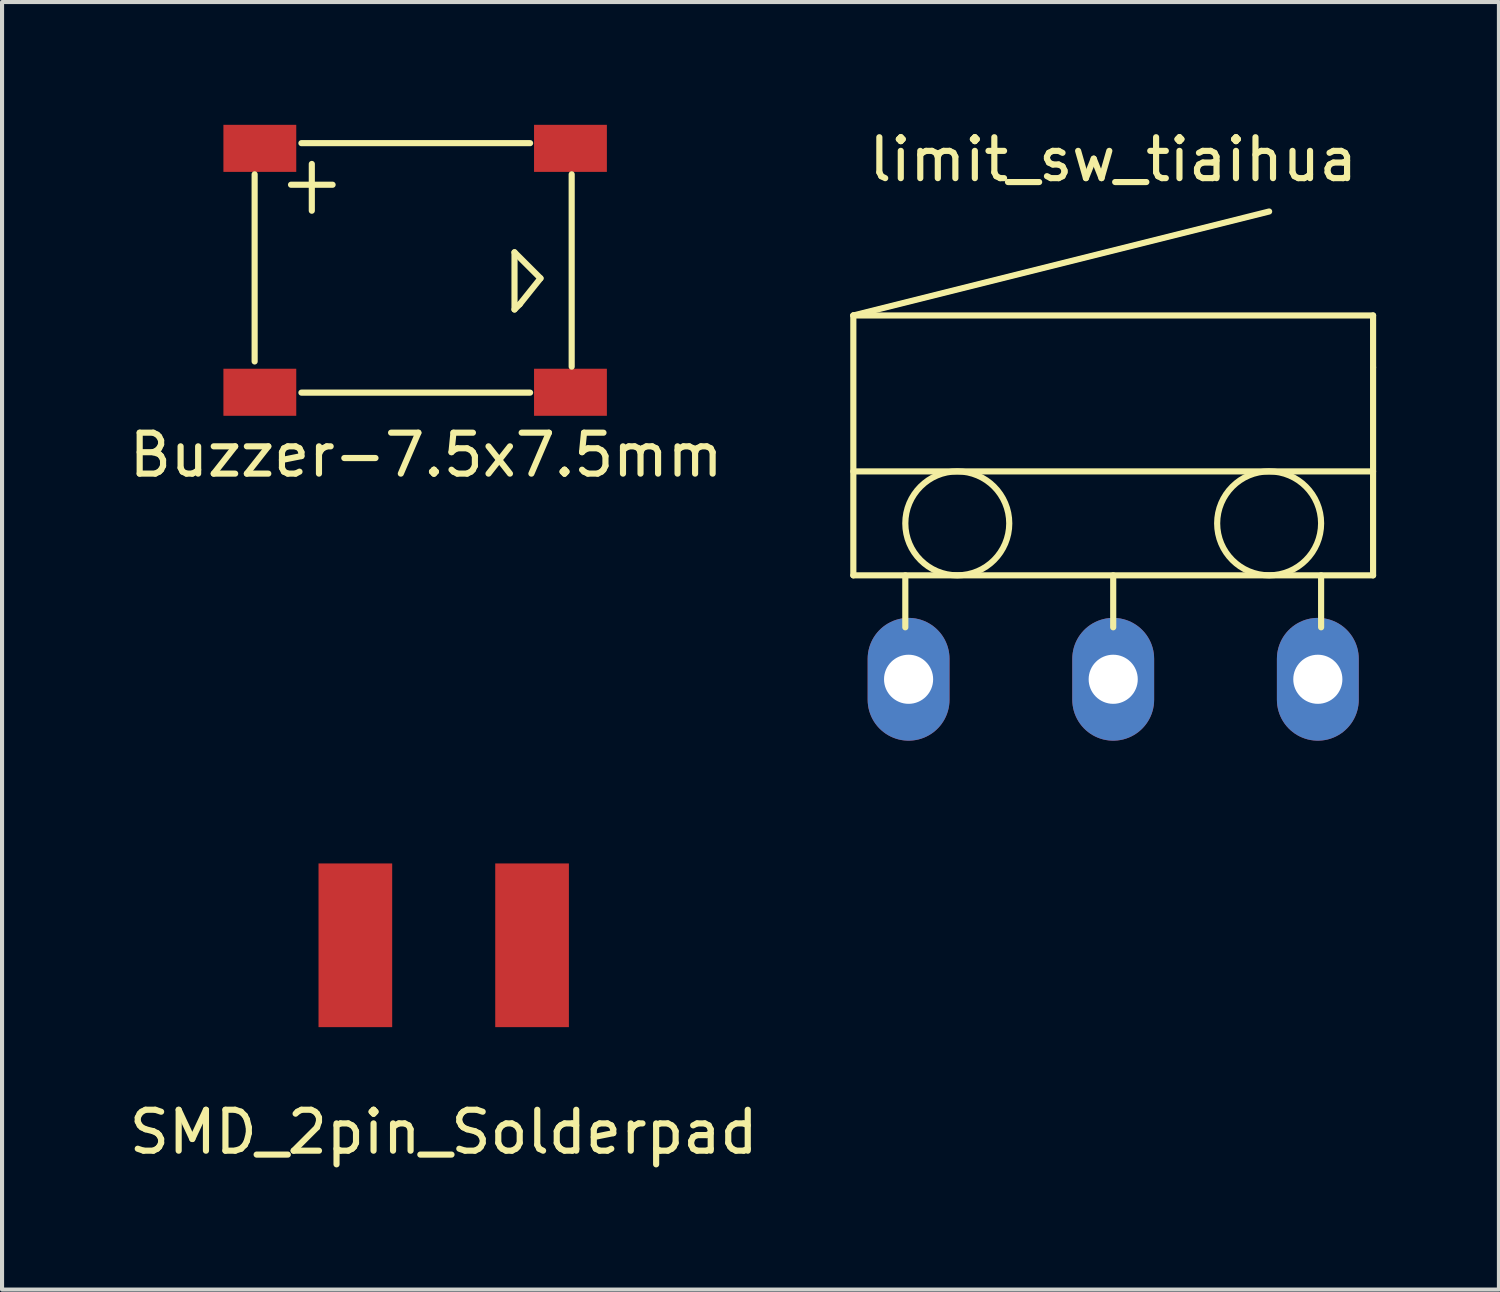
<source format=kicad_pcb>
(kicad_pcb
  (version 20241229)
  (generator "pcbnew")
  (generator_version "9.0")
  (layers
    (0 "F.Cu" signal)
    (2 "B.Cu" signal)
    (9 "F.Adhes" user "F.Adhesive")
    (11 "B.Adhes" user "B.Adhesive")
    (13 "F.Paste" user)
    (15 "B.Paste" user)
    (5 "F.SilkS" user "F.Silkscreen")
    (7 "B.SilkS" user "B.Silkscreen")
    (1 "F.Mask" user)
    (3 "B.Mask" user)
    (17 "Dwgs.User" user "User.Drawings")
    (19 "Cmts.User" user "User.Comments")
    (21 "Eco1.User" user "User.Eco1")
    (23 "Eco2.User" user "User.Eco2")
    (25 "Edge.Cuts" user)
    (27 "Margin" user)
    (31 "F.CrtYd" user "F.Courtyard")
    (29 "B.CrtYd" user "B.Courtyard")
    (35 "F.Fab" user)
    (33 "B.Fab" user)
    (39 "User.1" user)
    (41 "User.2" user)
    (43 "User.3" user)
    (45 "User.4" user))
  (footprint "SMD_2pin_Solderpad"
    (layer "F.Cu")
    (at 7.792 24.112)
    (property "Reference" "SMD_2pin_Solderpad" (at 0 0.5 0) (layer "F.SilkS") (effects (font (size 1 1) (thickness 0.15))))
    (attr through_hole)
    (pad "1" smd rect (at -2.159 -4.064) (size 1.8 4) (layers "F.Cu" "F.Mask" "F.Paste"))
    (pad "2" smd rect (at 2.159 -4.064) (size 1.8 4) (layers "F.Cu" "F.Mask" "F.Paste")))
  (footprint "limit_sw_tiaihua"
    (layer "F.Cu")
    (at 24.151 13.548)
    (property "Reference" "limit_sw_tiaihua" (at 0 -12.7 0) (layer "F.SilkS") (effects (font (size 1 1) (thickness 0.15))))
    (attr through_hole)
    (fp_line (start -6.35 -8.89) (end -6.35 -2.54) (stroke (width 0.15) (type solid)) (layer "F.SilkS"))
    (fp_line (start -6.35 -8.89) (end 3.81 -11.43) (stroke (width 0.15) (type solid)) (layer "F.SilkS"))
    (fp_line (start -6.35 -5.08) (end 6.35 -5.08) (stroke (width 0.15) (type solid)) (layer "F.SilkS"))
    (fp_line (start -6.35 -2.54) (end 6.35 -2.54) (stroke (width 0.15) (type solid)) (layer "F.SilkS"))
    (fp_line (start -5.08 -1.27) (end -5.08 -2.54) (stroke (width 0.15) (type solid)) (layer "F.SilkS"))
    (fp_line (start 0 -2.54) (end 0 -1.27) (stroke (width 0.15) (type solid)) (layer "F.SilkS"))
    (fp_line (start 5.08 -2.54) (end 5.08 -1.27) (stroke (width 0.15) (type solid)) (layer "F.SilkS"))
    (fp_line (start 6.35 -8.89) (end -6.35 -8.89) (stroke (width 0.15) (type solid)) (layer "F.SilkS"))
    (fp_line (start 6.35 -7.62) (end 6.35 -8.89) (stroke (width 0.15) (type solid)) (layer "F.SilkS"))
    (fp_line (start 6.35 -2.54) (end 6.35 -7.62) (stroke (width 0.15) (type solid)) (layer "F.SilkS"))
    (fp_circle (center -3.81 -3.81) (end -2.54 -3.81) (stroke (width 0.15) (type solid)) (fill no) (layer "F.SilkS"))
    (fp_circle (center 3.81 -3.81) (end 5.08 -3.81) (stroke (width 0.15) (type solid)) (fill no) (layer "F.SilkS"))
    (pad "1" thru_hole oval (at -5 0 90) (size 3 2) (drill 1.2) (layers "*.Cu" "*.Mask"))
    (pad "2" thru_hole oval (at 5 0 90) (size 3 2) (drill 1.2) (layers "*.Cu" "*.Mask"))
    (pad "3" thru_hole oval (at 0 0 90) (size 3 2) (drill 1.2) (layers "*.Cu" "*.Mask")))
  (footprint "Buzzer-7.5x7.5mm"
    (layer "F.Cu")
    (at 7.871 4.131)
    (property "Reference" "Buzzer-7.5x7.5mm" (at -0.508 3.937 0) (layer "F.SilkS") (effects (font (size 1 1) (thickness 0.15))))
    (attr through_hole)
    (fp_line (start -4.699 -2.921) (end -4.699 1.651) (stroke (width 0.15) (type solid)) (layer "F.SilkS"))
    (fp_line (start -3.81 -2.667) (end -2.794 -2.667) (stroke (width 0.15) (type solid)) (layer "F.SilkS"))
    (fp_line (start -3.556 2.413) (end 2.032 2.413) (stroke (width 0.15) (type solid)) (layer "F.SilkS"))
    (fp_line (start -3.302 -3.175) (end -3.302 -2.032) (stroke (width 0.15) (type solid)) (layer "F.SilkS"))
    (fp_line (start 1.651 -1.016) (end 2.286 -0.381) (stroke (width 0.15) (type solid)) (layer "F.SilkS"))
    (fp_line (start 1.651 0.381) (end 1.651 -1.016) (stroke (width 0.15) (type solid)) (layer "F.SilkS"))
    (fp_line (start 1.778 0.254) (end 1.651 0.381) (stroke (width 0.15) (type solid)) (layer "F.SilkS"))
    (fp_line (start 2.032 -3.683) (end -3.556 -3.683) (stroke (width 0.15) (type solid)) (layer "F.SilkS"))
    (fp_line (start 2.286 -0.381) (end 1.778 0.254) (stroke (width 0.15) (type solid)) (layer "F.SilkS"))
    (fp_line (start 3.048 -2.921) (end 3.048 1.778) (stroke (width 0.15) (type solid)) (layer "F.SilkS"))
    (pad "1" smd rect (at -4.572 -3.556) (size 1.78 1.15) (layers "F.Cu" "F.Mask" "F.Paste"))
    (pad "1" smd rect (at 3.018 -3.556) (size 1.78 1.15) (layers "F.Cu" "F.Mask" "F.Paste"))
    (pad "2" smd rect (at -4.572 2.404) (size 1.78 1.15) (layers "F.Cu" "F.Mask" "F.Paste"))
    (pad "2" smd rect (at 3.018 2.404) (size 1.78 1.15) (layers "F.Cu" "F.Mask" "F.Paste")))
  (gr_rect
    (start -3 -3)
    (end 33.576 28.46)
    (stroke (width 0.1) (type default))
    (fill no)
    (layer "Edge.Cuts")))
</source>
